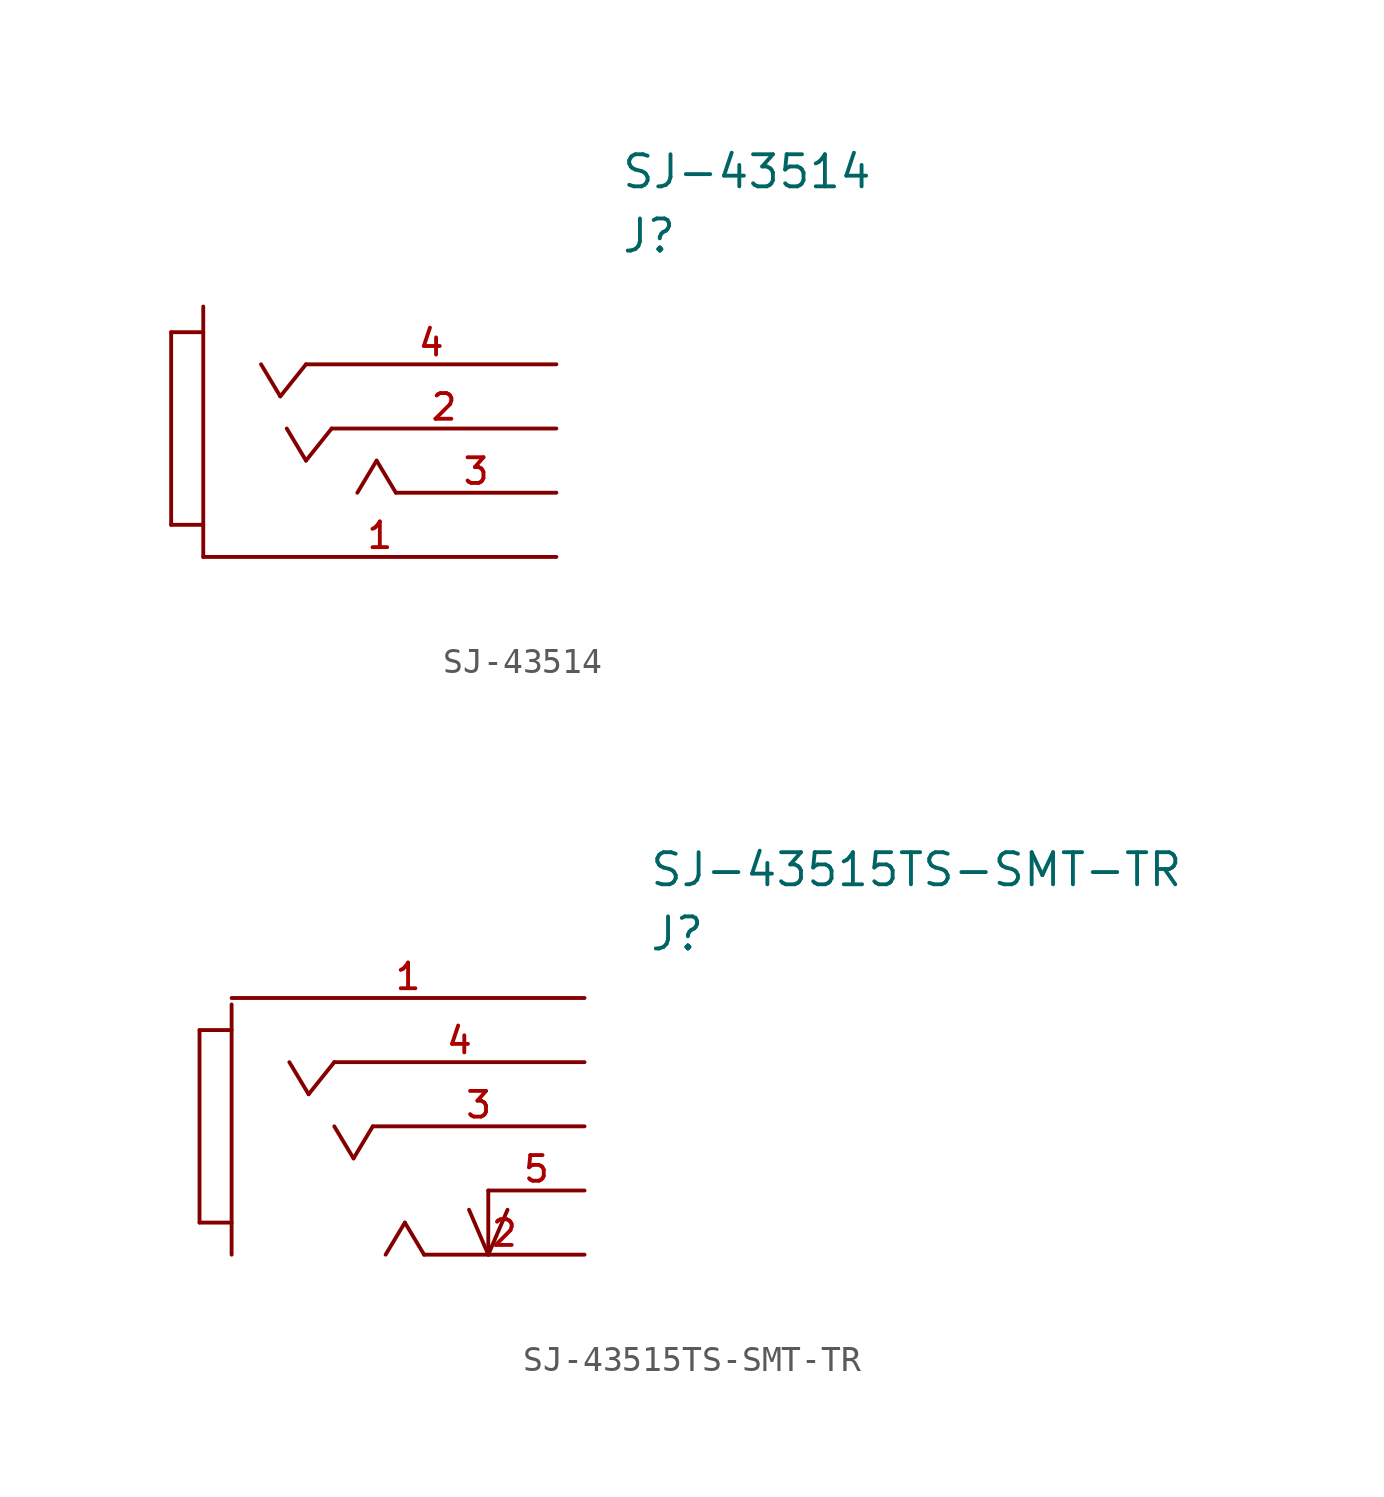
<source format=kicad_sym>
(kicad_symbol_lib
  (version 20211014)
  (generator kicad_symbol_editor)
  (symbol "SJ-43514"
    (pin_names
      (offset 0))
    (property "Reference" "J"
      (at 0 5.08 0)
      (effects (font (size 1.27 1.27)) (justify left)))
    (property "Value" "SJ-43514"
      (at 0 7.62 0)
      (effects (font (size 1.27 1.27)) (justify left)))
    (property "ki_locked" ""
      (at 0 0 0)
      (effects (font (size 1.27 1.27))))
    (symbol "SJ-43514_1_1"
      (polyline (pts (xy -17.78 -6.35) (xy -16.51 -6.35)) (stroke (width 0) (type default) (color 0 0 0 0)) (fill (type none)))
      (polyline (pts (xy -17.78 1.27) (xy -17.78 -6.35)) (stroke (width 0) (type default) (color 0 0 0 0)) (fill (type none)))
      (polyline (pts (xy -16.51 1.27) (xy -17.78 1.27)) (stroke (width 0) (type default) (color 0 0 0 0)) (fill (type none)))
      (polyline (pts (xy -16.51 2.286) (xy -16.51 -7.62)) (stroke (width 0) (type default) (color 0 0 0 0)) (fill (type none)))
      (polyline (pts (xy -14.224 0) (xy -13.462 -1.27)) (stroke (width 0) (type default) (color 0 0 0 0)) (fill (type none)))
      (polyline (pts (xy -13.462 -1.27) (xy -12.446 0)) (stroke (width 0) (type default) (color 0 0 0 0)) (fill (type none)))
      (polyline (pts (xy -12.446 -3.81) (xy -13.208 -2.54)) (stroke (width 0) (type default) (color 0 0 0 0)) (fill (type none)))
      (polyline (pts (xy -11.43 -2.54) (xy -12.446 -3.81)) (stroke (width 0) (type default) (color 0 0 0 0)) (fill (type none)))
      (polyline (pts (xy -10.414 -5.08) (xy -9.652 -3.81)) (stroke (width 0) (type default) (color 0 0 0 0)) (fill (type none)))
      (polyline (pts (xy -9.652 -3.81) (xy -8.89 -5.08)) (stroke (width 0) (type default) (color 0 0 0 0)) (fill (type none)))
      (pin unspecified line (at -2.54 -7.62 180) (length 13.97) (name "Sleeve" (effects (font (size 0 0)))) (number "1" (effects (font (size 1.016 1.016)))))
      (pin unspecified line (at -2.54 -2.54 180) (length 8.89) (name "Tip" (effects (font (size 0 0)))) (number "2" (effects (font (size 1.016 1.016)))))
      (pin unspecified line (at -2.54 -5.08 180) (length 6.35) (name "Ring1" (effects (font (size 0 0)))) (number "3" (effects (font (size 1.016 1.016)))))
      (pin unspecified line (at -2.54 0 180) (length 9.906) (name "Ring2" (effects (font (size 0 0)))) (number "4" (effects (font (size 1.016 1.016)))))))
  (symbol "SJ-43515TS-SMT-TR"
    (pin_names
      (offset 0))
    (property "Reference" "J"
      (at 0 2.54 0)
      (effects (font (size 1.27 1.27)) (justify left)))
    (property "Value" "SJ-43515TS-SMT-TR"
      (at 0 5.08 0)
      (effects (font (size 1.27 1.27)) (justify left)))
    (property "ki_locked" ""
      (at 0 0 0)
      (effects (font (size 1.27 1.27))))
    (symbol "SJ-43515TS-SMT-TR_1_1"
      (polyline (pts (xy -17.78 -8.89) (xy -16.51 -8.89)) (stroke (width 0) (type default) (color 0 0 0 0)) (fill (type none)))
      (polyline (pts (xy -17.78 -1.27) (xy -17.78 -8.89)) (stroke (width 0) (type default) (color 0 0 0 0)) (fill (type none)))
      (polyline (pts (xy -16.51 -1.27) (xy -17.78 -1.27)) (stroke (width 0) (type default) (color 0 0 0 0)) (fill (type none)))
      (polyline (pts (xy -16.51 -0.254) (xy -16.51 -10.16)) (stroke (width 0) (type default) (color 0 0 0 0)) (fill (type none)))
      (polyline (pts (xy -14.224 -2.54) (xy -13.462 -3.81)) (stroke (width 0) (type default) (color 0 0 0 0)) (fill (type none)))
      (polyline (pts (xy -13.462 -3.81) (xy -12.446 -2.54)) (stroke (width 0) (type default) (color 0 0 0 0)) (fill (type none)))
      (polyline (pts (xy -11.684 -6.35) (xy -12.446 -5.08)) (stroke (width 0) (type default) (color 0 0 0 0)) (fill (type none)))
      (polyline (pts (xy -10.922 -5.08) (xy -11.684 -6.35)) (stroke (width 0) (type default) (color 0 0 0 0)) (fill (type none)))
      (polyline (pts (xy -10.414 -10.16) (xy -9.652 -8.89)) (stroke (width 0) (type default) (color 0 0 0 0)) (fill (type none)))
      (polyline (pts (xy -9.652 -8.89) (xy -8.89 -10.16)) (stroke (width 0) (type default) (color 0 0 0 0)) (fill (type none)))
      (polyline (pts (xy -7.112 -8.382) (xy -6.35 -10.16)) (stroke (width 0) (type default) (color 0 0 0 0)) (fill (type none)))
      (polyline (pts (xy -6.35 -9.906) (xy -6.35 -7.62)) (stroke (width 0) (type default) (color 0 0 0 0)) (fill (type none)))
      (polyline (pts (xy -5.588 -8.382) (xy -6.35 -10.16)) (stroke (width 0) (type default) (color 0 0 0 0)) (fill (type none)))
      (pin unspecified line (at -2.54 0 180) (length 13.97) (name "sleeve" (effects (font (size 0 0)))) (number "1" (effects (font (size 1.016 1.016)))))
      (pin unspecified line (at -2.54 -10.16 180) (length 6.35) (name "tip" (effects (font (size 0 0)))) (number "2" (effects (font (size 1.016 1.016)))))
      (pin unspecified line (at -2.54 -5.08 180) (length 8.382) (name "ring_1" (effects (font (size 0 0)))) (number "3" (effects (font (size 1.016 1.016)))))
      (pin unspecified line (at -2.54 -2.54 180) (length 9.906) (name "ring_2" (effects (font (size 0 0)))) (number "4" (effects (font (size 1.016 1.016)))))
      (pin unspecified line (at -2.54 -7.62 180) (length 3.81) (name "tip_switch" (effects (font (size 0 0)))) (number "5" (effects (font (size 1.016 1.016))))))))
</source>
